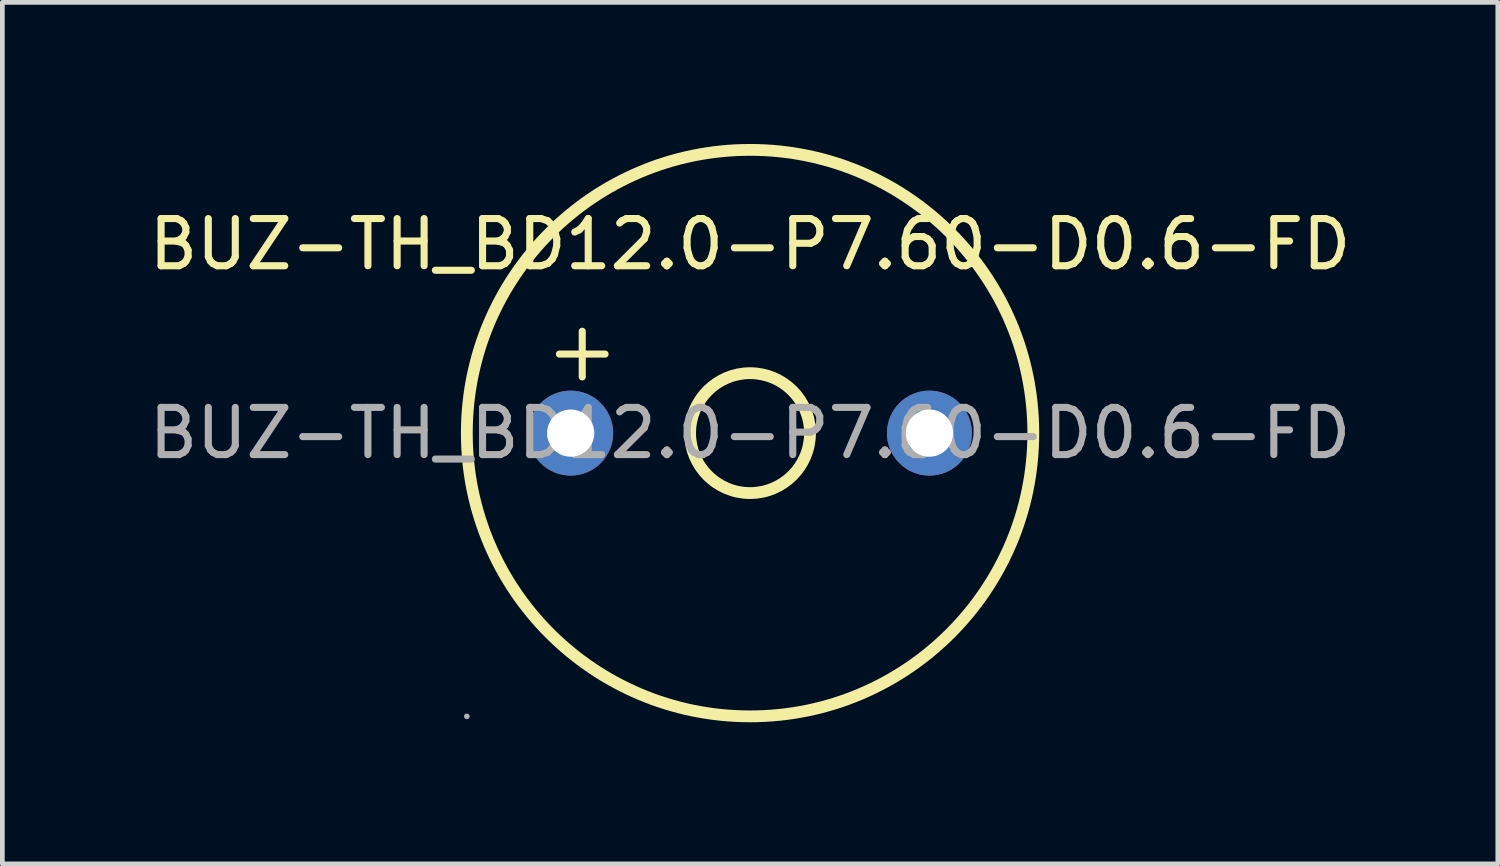
<source format=kicad_pcb>
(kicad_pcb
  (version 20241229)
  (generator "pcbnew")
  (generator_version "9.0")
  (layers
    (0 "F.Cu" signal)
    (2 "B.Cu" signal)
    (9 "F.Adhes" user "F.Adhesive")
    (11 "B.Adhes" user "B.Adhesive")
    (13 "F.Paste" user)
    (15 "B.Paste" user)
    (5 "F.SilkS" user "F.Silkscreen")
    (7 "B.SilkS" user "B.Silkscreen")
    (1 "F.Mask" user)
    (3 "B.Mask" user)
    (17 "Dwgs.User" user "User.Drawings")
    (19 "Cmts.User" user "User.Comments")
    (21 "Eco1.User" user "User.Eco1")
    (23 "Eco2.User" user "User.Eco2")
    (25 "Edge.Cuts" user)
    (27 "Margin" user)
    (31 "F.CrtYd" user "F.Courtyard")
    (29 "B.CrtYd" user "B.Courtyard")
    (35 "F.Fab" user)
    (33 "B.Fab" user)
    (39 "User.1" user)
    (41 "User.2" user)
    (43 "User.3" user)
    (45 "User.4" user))
  (footprint "BUZ-TH_BD12.0-P7.60-D0.6-FD"
    (layer "F.Cu")
    (at 12.839 6.125)
    (property "Reference" "BUZ-TH_BD12.0-P7.60-D0.6-FD" (at 0 -4 0) (layer "F.SilkS") (effects (font (size 1 1) (thickness 0.15))))
    (attr through_hole)
    (fp_circle (center 0 0) (end 1.27 0) (stroke (width 0.25) (type solid)) (fill no) (layer "F.SilkS"))
    (fp_circle (center 0 0) (end 6 0) (stroke (width 0.25) (type solid)) (fill no) (layer "F.SilkS"))
    (fp_circle (center -6 6) (end -5.97 6) (stroke (width 0.06) (type solid)) (fill no) (layer "F.Fab"))
    (fp_circle (center -3.8 0) (end -3.65 0) (stroke (width 0.3) (type solid)) (fill no) (layer "F.Fab"))
    (fp_circle (center 3.8 0) (end 3.95 0) (stroke (width 0.3) (type solid)) (fill no) (layer "F.Fab"))
    (fp_text user "+" (at -4.44 -1.77 0) (layer "F.SilkS") (effects (font (size 1.27 1.27) (thickness 0.15)) (justify left)))
    (fp_text user "${REFERENCE}" (at 0 0 0) (layer "F.Fab") (effects (font (size 1 1) (thickness 0.15))))
    (pad "1" thru_hole circle (at -3.8 0) (size 1.8 1.8) (drill 1) (layers "*.Cu" "*.Mask"))
    (pad "2" thru_hole circle (at 3.8 0) (size 1.8 1.8) (drill 1) (layers "*.Cu" "*.Mask")))
  (gr_rect
    (start -3 -3)
    (end 28.679 15.25)
    (stroke (width 0.1) (type default))
    (fill no)
    (layer "Edge.Cuts")))
</source>
